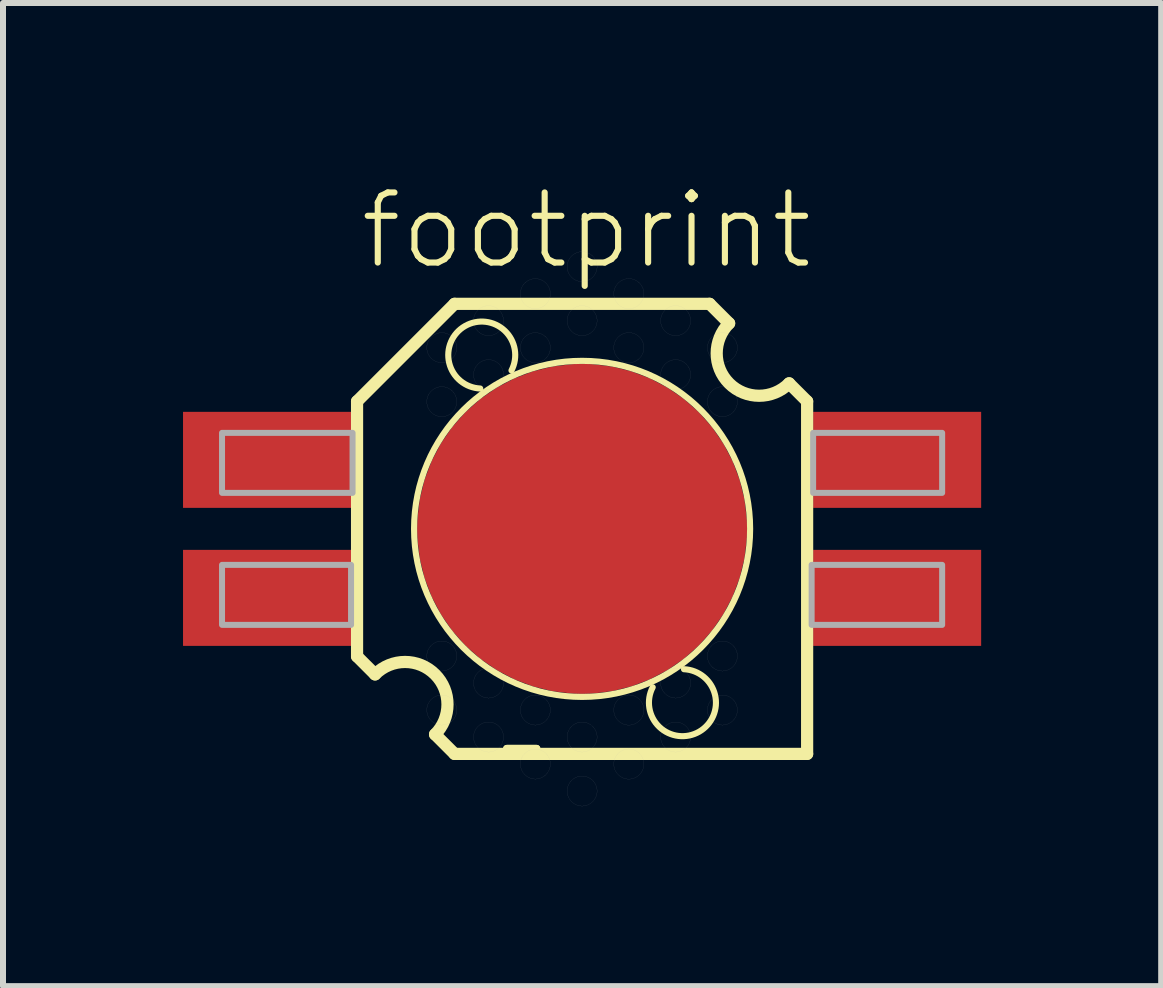
<source format=kicad_pcb>
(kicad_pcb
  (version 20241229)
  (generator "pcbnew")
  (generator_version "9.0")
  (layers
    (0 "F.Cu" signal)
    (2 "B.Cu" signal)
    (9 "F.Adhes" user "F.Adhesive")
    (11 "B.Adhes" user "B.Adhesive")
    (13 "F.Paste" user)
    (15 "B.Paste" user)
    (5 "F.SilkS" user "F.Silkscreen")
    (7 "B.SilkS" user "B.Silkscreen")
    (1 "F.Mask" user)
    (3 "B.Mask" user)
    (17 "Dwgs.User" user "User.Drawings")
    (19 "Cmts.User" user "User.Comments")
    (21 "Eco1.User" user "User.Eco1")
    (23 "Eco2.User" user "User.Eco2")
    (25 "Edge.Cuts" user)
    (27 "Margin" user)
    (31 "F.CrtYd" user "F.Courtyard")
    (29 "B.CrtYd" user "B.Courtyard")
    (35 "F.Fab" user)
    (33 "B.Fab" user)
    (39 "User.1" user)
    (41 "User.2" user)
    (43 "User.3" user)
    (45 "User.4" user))
  (footprint "footprint"
    (layer "F.Cu")
    (at 6.65 5.763)
    (property "Reference" "footprint" (at -3.75 -4.29 0) (layer "F.SilkS") (effects (font (size 1.168 1.168) (thickness 0.102)) (justify left bottom)))
    (fp_poly (pts (xy 2.424 -1.525) (xy 2.527 -1.353) (xy 2.527 1.459) (xy 0.000126 2.917) (xy -2.424 1.525) (xy -2.527 1.353) (xy -2.527 -1.459) (xy -0.077 -2.877) (xy 0.077 -2.877)) (stroke (width 0) (type solid)) (fill yes) (layer "F.Mask"))
    (fp_line (start -3.75 -2.125) (end -3.75 2.125) (stroke (width 0.203) (type solid)) (layer "F.SilkS"))
    (fp_line (start -3.75 2.125) (end -3.45 2.425) (stroke (width 0.203) (type solid)) (layer "F.SilkS"))
    (fp_line (start -2.45 3.425) (end -2.125 3.75) (stroke (width 0.203) (type solid)) (layer "F.SilkS"))
    (fp_line (start -2.125 -3.75) (end -3.75 -2.125) (stroke (width 0.203) (type solid)) (layer "F.SilkS"))
    (fp_line (start -2.125 3.75) (end 3.75 3.75) (stroke (width 0.203) (type solid)) (layer "F.SilkS"))
    (fp_line (start -1.256 3.66) (end -0.756 3.66) (stroke (width 0.12) (type solid)) (layer "F.SilkS"))
    (fp_line (start -1.256 3.66) (end -0.756 3.66) (stroke (width 0.12) (type solid)) (layer "F.SilkS"))
    (fp_line (start 2.125 -3.75) (end -2.125 -3.75) (stroke (width 0.203) (type solid)) (layer "F.SilkS"))
    (fp_line (start 2.45 -3.425) (end 2.125 -3.75) (stroke (width 0.203) (type solid)) (layer "F.SilkS"))
    (fp_line (start 3.75 -2.125) (end 3.45 -2.425) (stroke (width 0.203) (type solid)) (layer "F.SilkS"))
    (fp_line (start 3.75 3.75) (end 3.75 -2.125) (stroke (width 0.203) (type solid)) (layer "F.SilkS"))
    (fp_arc (start -3.449998 2.424998) (mid -2.449398 2.4244) (end -2.45 3.425) (stroke (width 0.2032) (type solid)) (layer "F.SilkS"))
    (fp_arc (start -1.697699 -2.3388) (mid -1.951264 -3.379595) (end -1.1766 -2.6397) (stroke (width 0.1016) (type solid)) (layer "F.SilkS"))
    (fp_arc (start 1.697699 2.3387) (mid 1.951478 3.379863) (end 1.1766 2.6396) (stroke (width 0.1016) (type solid)) (layer "F.SilkS"))
    (fp_arc (start 3.449998 -2.424998) (mid 2.449398 -2.4244) (end 2.45 -3.425) (stroke (width 0.2032) (type solid)) (layer "F.SilkS"))
    (fp_circle (center 0 0) (end 2.8 0) (stroke (width 0.102) (type solid)) (fill no) (layer "F.SilkS"))
    (fp_poly (pts (xy -6.25 -0.5) (xy -4.25 -0.5) (xy -4.25 -1.75) (xy -6.25 -1.75)) (stroke (width 0) (type solid)) (fill yes) (layer "F.Paste"))
    (fp_poly (pts (xy -6.25 1.75) (xy -4.25 1.75) (xy -4.25 0.5) (xy -6.25 0.5)) (stroke (width 0) (type solid)) (fill yes) (layer "F.Paste"))
    (fp_poly (pts (xy 2.424 -1.525) (xy 2.527 -1.353) (xy 2.527 1.459) (xy 0.000126 2.917) (xy -2.424 1.525) (xy -2.527 1.353) (xy -2.527 -1.459) (xy -0.077 -2.877) (xy 0.077 -2.877)) (stroke (width 0) (type solid)) (fill yes) (layer "F.Paste"))
    (fp_circle (center -2.338 -3.019) (end -2.088 -3.019) (stroke (width 0.001) (type solid)) (fill no) (layer "F.Fab"))
    (fp_circle (center -2.338 -2.119) (end -2.088 -2.119) (stroke (width 0.001) (type solid)) (fill no) (layer "F.Fab"))
    (fp_circle (center -2.338 2.119) (end -2.088 2.119) (stroke (width 0.001) (type solid)) (fill no) (layer "F.Fab"))
    (fp_circle (center -2.338 3.019) (end -2.088 3.019) (stroke (width 0.001) (type solid)) (fill no) (layer "F.Fab"))
    (fp_circle (center -1.559 -3.469) (end -1.309 -3.469) (stroke (width 0.001) (type solid)) (fill no) (layer "F.Fab"))
    (fp_circle (center -1.559 -2.569) (end -1.309 -2.569) (stroke (width 0.001) (type solid)) (fill no) (layer "F.Fab"))
    (fp_circle (center -1.559 2.569) (end -1.309 2.569) (stroke (width 0.001) (type solid)) (fill no) (layer "F.Fab"))
    (fp_circle (center -1.559 3.469) (end -1.309 3.469) (stroke (width 0.001) (type solid)) (fill no) (layer "F.Fab"))
    (fp_circle (center -0.779 -3.919) (end -0.529 -3.919) (stroke (width 0.001) (type solid)) (fill no) (layer "F.Fab"))
    (fp_circle (center -0.779 -3.019) (end -0.529 -3.019) (stroke (width 0.001) (type solid)) (fill no) (layer "F.Fab"))
    (fp_circle (center -0.779 3.019) (end -0.529 3.019) (stroke (width 0.001) (type solid)) (fill no) (layer "F.Fab"))
    (fp_circle (center -0.779 3.919) (end -0.529 3.919) (stroke (width 0.001) (type solid)) (fill no) (layer "F.Fab"))
    (fp_circle (center 0.0001 -4.369) (end 0.25 -4.369) (stroke (width 0.001) (type solid)) (fill no) (layer "F.Fab"))
    (fp_circle (center 0.0001 -3.469) (end 0.25 -3.469) (stroke (width 0.001) (type solid)) (fill no) (layer "F.Fab"))
    (fp_circle (center 0.0001 3.469) (end 0.25 3.469) (stroke (width 0.001) (type solid)) (fill no) (layer "F.Fab"))
    (fp_circle (center 0.0001 4.369) (end 0.25 4.369) (stroke (width 0.001) (type solid)) (fill no) (layer "F.Fab"))
    (fp_circle (center 0.779 -3.919) (end 1.03 -3.919) (stroke (width 0.001) (type solid)) (fill no) (layer "F.Fab"))
    (fp_circle (center 0.779 -3.019) (end 1.03 -3.019) (stroke (width 0.001) (type solid)) (fill no) (layer "F.Fab"))
    (fp_circle (center 0.779 3.019) (end 1.03 3.019) (stroke (width 0.001) (type solid)) (fill no) (layer "F.Fab"))
    (fp_circle (center 0.779 3.919) (end 1.03 3.919) (stroke (width 0.001) (type solid)) (fill no) (layer "F.Fab"))
    (fp_circle (center 1.559 -3.469) (end 1.809 -3.469) (stroke (width 0.001) (type solid)) (fill no) (layer "F.Fab"))
    (fp_circle (center 1.559 -2.569) (end 1.809 -2.569) (stroke (width 0.001) (type solid)) (fill no) (layer "F.Fab"))
    (fp_circle (center 1.559 2.569) (end 1.809 2.569) (stroke (width 0.001) (type solid)) (fill no) (layer "F.Fab"))
    (fp_circle (center 1.559 3.469) (end 1.809 3.469) (stroke (width 0.001) (type solid)) (fill no) (layer "F.Fab"))
    (fp_circle (center 2.338 -3.019) (end 2.588 -3.019) (stroke (width 0.001) (type solid)) (fill no) (layer "F.Fab"))
    (fp_circle (center 2.338 -2.119) (end 2.588 -2.119) (stroke (width 0.001) (type solid)) (fill no) (layer "F.Fab"))
    (fp_circle (center 2.338 2.119) (end 2.588 2.119) (stroke (width 0.001) (type solid)) (fill no) (layer "F.Fab"))
    (fp_circle (center 2.338 3.019) (end 2.588 3.019) (stroke (width 0.001) (type solid)) (fill no) (layer "F.Fab"))
    (fp_poly (pts (xy -6 -0.6) (xy -3.825 -0.6) (xy -3.825 -1.6) (xy -6 -1.6)) (stroke (width 0.1) (type solid)) (fill no) (layer "F.Fab"))
    (fp_poly (pts (xy -6 1.6) (xy -3.85 1.6) (xy -3.85 0.6) (xy -6 0.6)) (stroke (width 0.1) (type solid)) (fill no) (layer "F.Fab"))
    (fp_poly (pts (xy 6 -1.6) (xy 3.85 -1.6) (xy 3.85 -0.6) (xy 6 -0.6)) (stroke (width 0.1) (type solid)) (fill no) (layer "F.Fab"))
    (fp_poly (pts (xy 6 0.6) (xy 3.825 0.6) (xy 3.825 1.6) (xy 6 1.6)) (stroke (width 0.1) (type solid)) (fill no) (layer "F.Fab"))
    (pad "1" smd rect (at -5.25 -1.15) (size 2.8 1.6) (layers "F.Cu" "F.Mask"))
    (pad "2" smd rect (at -5.25 1.15) (size 2.8 1.6) (layers "F.Cu" "F.Mask"))
    (pad "3" smd rect (at 5.25 1.15) (size 2.8 1.6) (layers "F.Cu" "F.Mask"))
    (pad "4" smd rect (at 5.25 -1.15) (size 2.8 1.6) (layers "F.Cu" "F.Mask"))
    (pad "TH" smd roundrect (at 0 0) (size 5.5 5.5) (layers "F.Cu") (roundrect_rratio 0.5)))
  (gr_rect
    (start -3 -3)
    (end 16.3 13.383)
    (stroke (width 0.1) (type default))
    (fill no)
    (layer "Edge.Cuts")))
</source>
